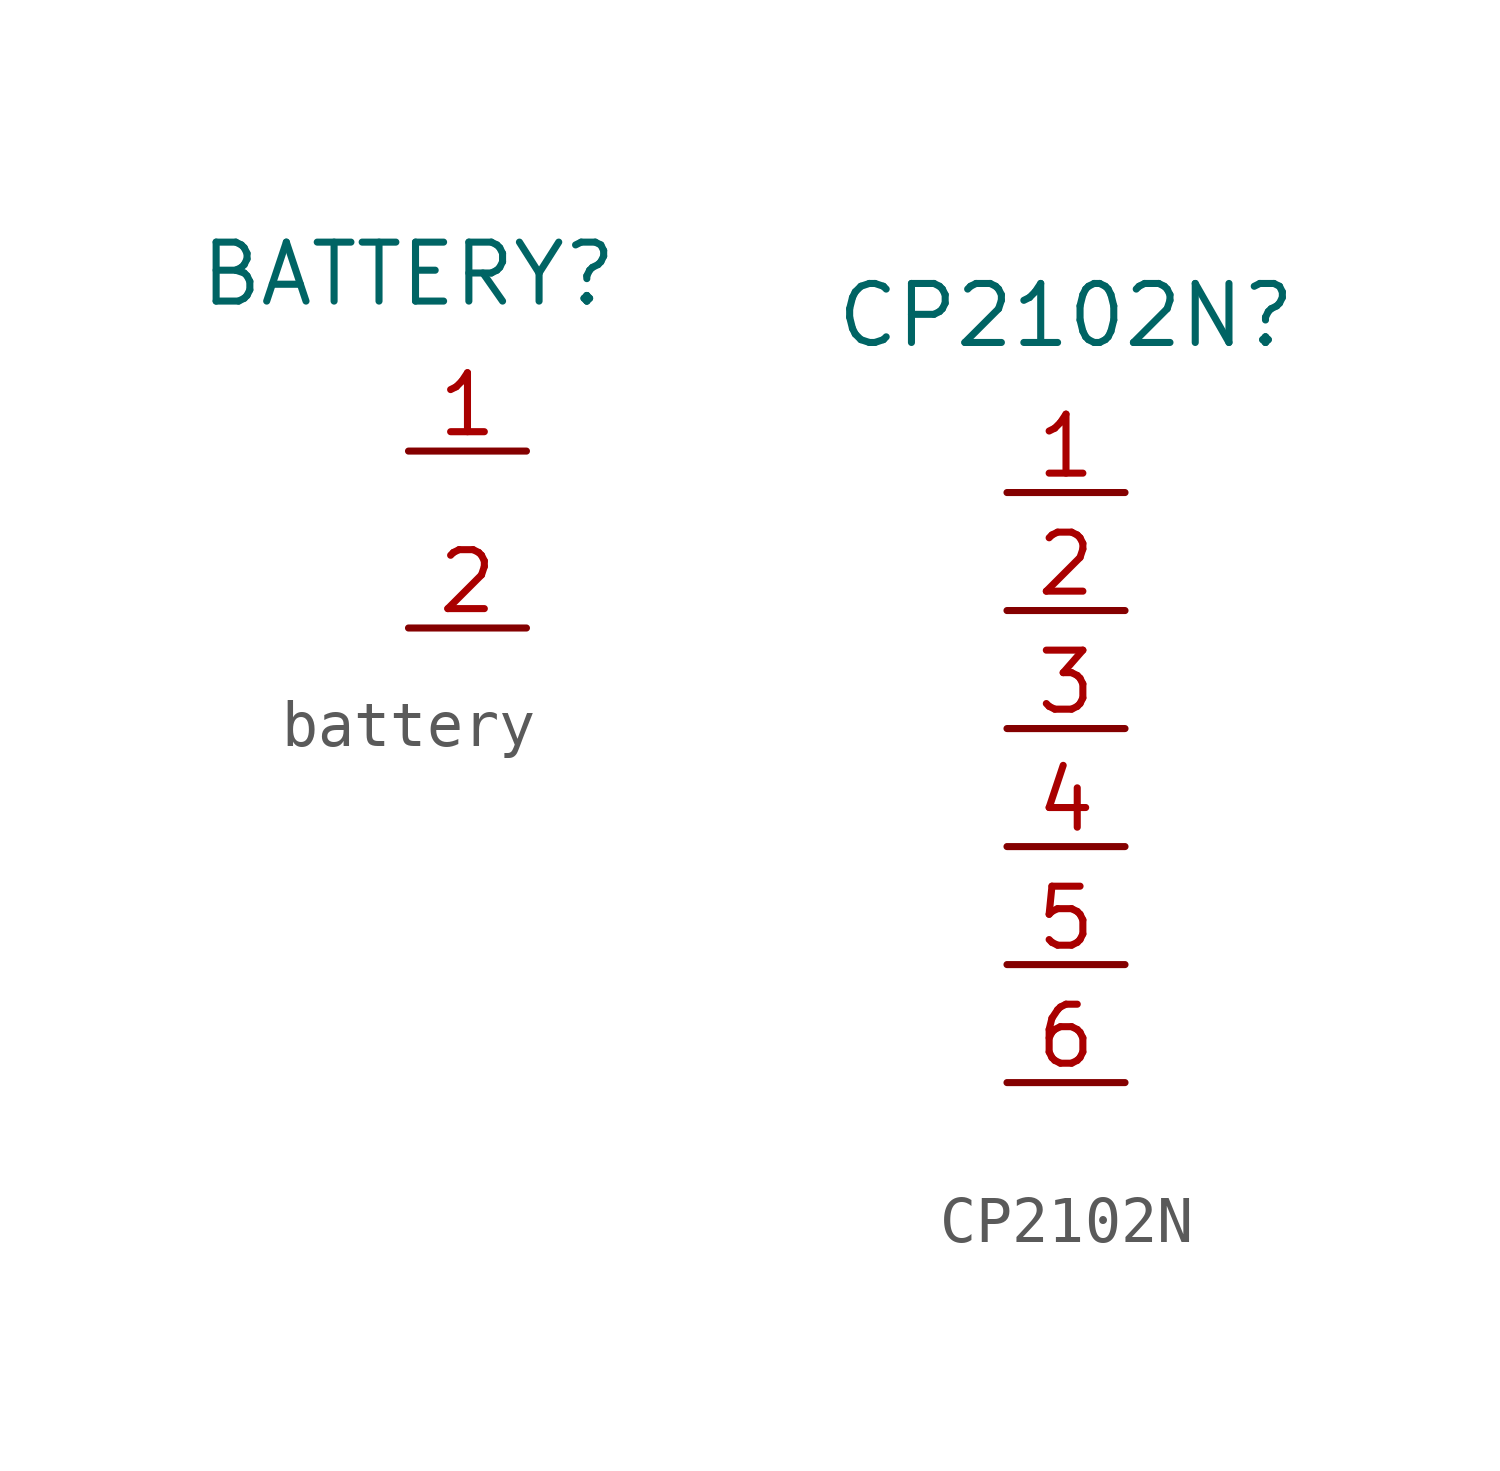
<source format=kicad_sym>
(kicad_symbol_lib
  (version 20220914)
  (generator kicad_symbol_editor)
  (symbol "battery"
    (property "Reference" "BATTERY"
      (at 0 0 0)
      (effects (font (size 1.27 1.27))))
    (property "Value" ""
      (at 0 0 0)
      (effects (font (size 1.27 1.27))))
    (symbol "battery_1_1"
      (pin bidirectional line (at 2.54 -3.81 180) (length 2.54) (name "" (effects (font (size 1.27 1.27)))) (number "1" (effects (font (size 1.27 1.27)))))
      (pin bidirectional line (at 2.54 -7.62 180) (length 2.54) (name "" (effects (font (size 1.27 1.27)))) (number "2" (effects (font (size 1.27 1.27)))))))
  (symbol "CP2102N"
    (property "Reference" "CP2102N"
      (at 0 0 0)
      (effects (font (size 1.27 1.27))))
    (property "Value" ""
      (at 0 0 0)
      (effects (font (size 1.27 1.27))))
    (symbol "CP2102N_1_1"
      (pin bidirectional line (at 1.27 -3.81 180) (length 2.54) (name "" (effects (font (size 1.27 1.27)))) (number "1" (effects (font (size 1.27 1.27)))))
      (pin bidirectional line (at 1.27 -6.35 180) (length 2.54) (name "" (effects (font (size 1.27 1.27)))) (number "2" (effects (font (size 1.27 1.27)))))
      (pin bidirectional line (at 1.27 -8.89 180) (length 2.54) (name "" (effects (font (size 1.27 1.27)))) (number "3" (effects (font (size 1.27 1.27)))))
      (pin bidirectional line (at 1.27 -11.43 180) (length 2.54) (name "" (effects (font (size 1.27 1.27)))) (number "4" (effects (font (size 1.27 1.27)))))
      (pin bidirectional line (at 1.27 -13.97 180) (length 2.54) (name "" (effects (font (size 1.27 1.27)))) (number "5" (effects (font (size 1.27 1.27)))))
      (pin bidirectional line (at 1.27 -16.51 180) (length 2.54) (name "" (effects (font (size 1.27 1.27)))) (number "6" (effects (font (size 1.27 1.27))))))))
</source>
